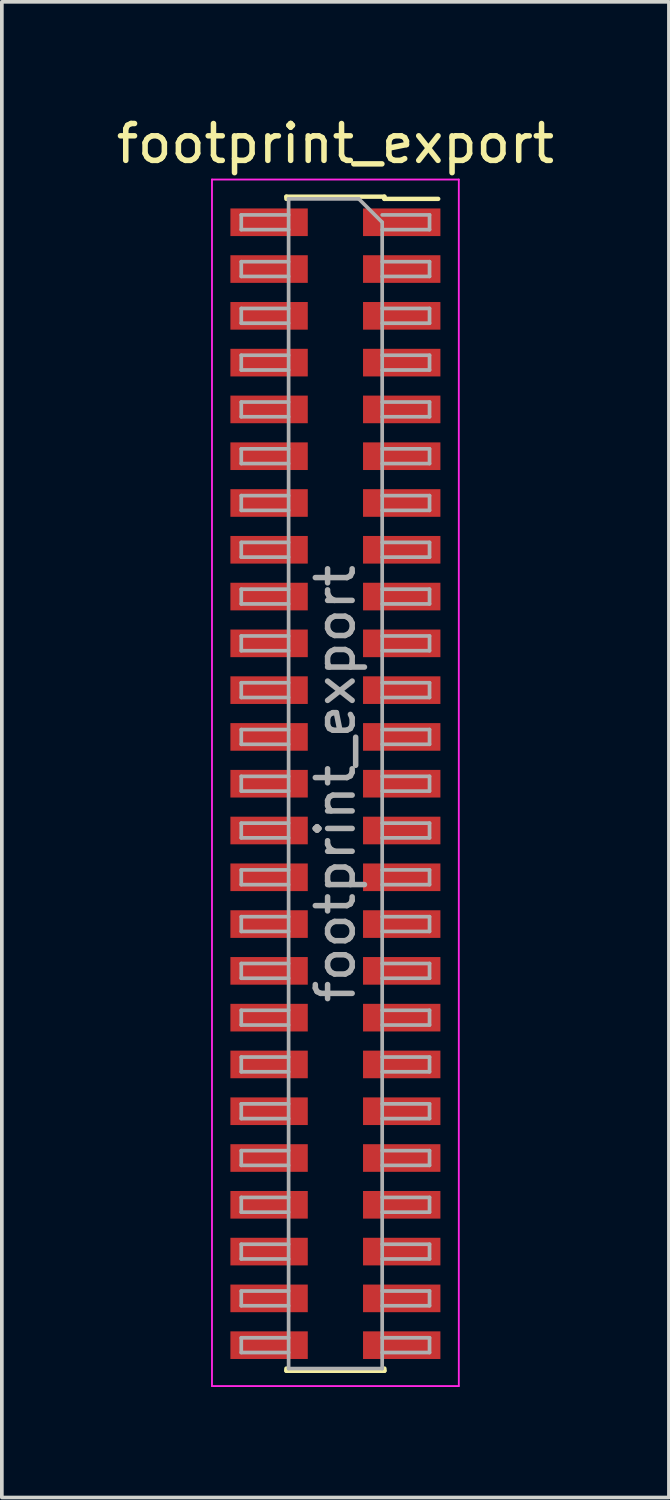
<source format=kicad_pcb>
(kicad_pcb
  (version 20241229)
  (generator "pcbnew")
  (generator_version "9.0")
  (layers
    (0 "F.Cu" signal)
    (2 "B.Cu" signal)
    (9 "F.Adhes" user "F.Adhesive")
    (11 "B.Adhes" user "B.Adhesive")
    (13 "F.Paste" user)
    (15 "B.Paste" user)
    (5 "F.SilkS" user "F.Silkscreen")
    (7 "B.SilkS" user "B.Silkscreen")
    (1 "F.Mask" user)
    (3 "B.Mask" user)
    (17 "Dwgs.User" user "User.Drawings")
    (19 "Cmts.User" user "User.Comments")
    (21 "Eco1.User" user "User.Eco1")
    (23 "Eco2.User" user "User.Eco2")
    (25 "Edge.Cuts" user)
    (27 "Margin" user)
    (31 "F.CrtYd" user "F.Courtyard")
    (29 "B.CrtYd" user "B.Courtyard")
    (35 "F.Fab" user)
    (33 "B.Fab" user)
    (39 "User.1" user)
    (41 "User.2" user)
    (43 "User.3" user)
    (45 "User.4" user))
  (footprint "footprint_export"
    (layer "F.Cu")
    (at 6.054 18.223)
    (property "Reference" "footprint_export" (at 0 -17.375 0) (layer "F.SilkS") (effects (font (size 1 1) (thickness 0.15))))
    (attr smd)
    (fp_line (start -1.33 -15.935) (end -1.33 -15.875) (stroke (width 0.12) (type solid)) (layer "F.SilkS"))
    (fp_line (start -1.33 -15.935) (end 1.33 -15.935) (stroke (width 0.12) (type solid)) (layer "F.SilkS"))
    (fp_line (start -1.33 15.875) (end -1.33 15.935) (stroke (width 0.12) (type solid)) (layer "F.SilkS"))
    (fp_line (start -1.33 15.935) (end 1.33 15.935) (stroke (width 0.12) (type solid)) (layer "F.SilkS"))
    (fp_line (start 1.33 -15.935) (end 1.33 -15.875) (stroke (width 0.12) (type solid)) (layer "F.SilkS"))
    (fp_line (start 1.33 -15.875) (end 2.79 -15.875) (stroke (width 0.12) (type solid)) (layer "F.SilkS"))
    (fp_line (start 1.33 15.875) (end 1.33 15.935) (stroke (width 0.12) (type solid)) (layer "F.SilkS"))
    (fp_line (start -3.35 -16.4) (end 3.35 -16.4) (stroke (width 0.05) (type solid)) (layer "F.CrtYd"))
    (fp_line (start -3.35 16.35) (end -3.35 -16.4) (stroke (width 0.05) (type solid)) (layer "F.CrtYd"))
    (fp_line (start 3.35 -16.4) (end 3.35 16.35) (stroke (width 0.05) (type solid)) (layer "F.CrtYd"))
    (fp_line (start 3.35 16.35) (end -3.35 16.35) (stroke (width 0.05) (type solid)) (layer "F.CrtYd"))
    (fp_line (start -2.555 -15.44) (end -1.27 -15.44) (stroke (width 0.1) (type solid)) (layer "F.Fab"))
    (fp_line (start -2.555 -15.04) (end -2.555 -15.44) (stroke (width 0.1) (type solid)) (layer "F.Fab"))
    (fp_line (start -2.555 -14.17) (end -1.27 -14.17) (stroke (width 0.1) (type solid)) (layer "F.Fab"))
    (fp_line (start -2.555 -13.77) (end -2.555 -14.17) (stroke (width 0.1) (type solid)) (layer "F.Fab"))
    (fp_line (start -2.555 -12.9) (end -1.27 -12.9) (stroke (width 0.1) (type solid)) (layer "F.Fab"))
    (fp_line (start -2.555 -12.5) (end -2.555 -12.9) (stroke (width 0.1) (type solid)) (layer "F.Fab"))
    (fp_line (start -2.555 -11.63) (end -1.27 -11.63) (stroke (width 0.1) (type solid)) (layer "F.Fab"))
    (fp_line (start -2.555 -11.23) (end -2.555 -11.63) (stroke (width 0.1) (type solid)) (layer "F.Fab"))
    (fp_line (start -2.555 -10.36) (end -1.27 -10.36) (stroke (width 0.1) (type solid)) (layer "F.Fab"))
    (fp_line (start -2.555 -9.96) (end -2.555 -10.36) (stroke (width 0.1) (type solid)) (layer "F.Fab"))
    (fp_line (start -2.555 -9.09) (end -1.27 -9.09) (stroke (width 0.1) (type solid)) (layer "F.Fab"))
    (fp_line (start -2.555 -8.69) (end -2.555 -9.09) (stroke (width 0.1) (type solid)) (layer "F.Fab"))
    (fp_line (start -2.555 -7.82) (end -1.27 -7.82) (stroke (width 0.1) (type solid)) (layer "F.Fab"))
    (fp_line (start -2.555 -7.42) (end -2.555 -7.82) (stroke (width 0.1) (type solid)) (layer "F.Fab"))
    (fp_line (start -2.555 -6.55) (end -1.27 -6.55) (stroke (width 0.1) (type solid)) (layer "F.Fab"))
    (fp_line (start -2.555 -6.15) (end -2.555 -6.55) (stroke (width 0.1) (type solid)) (layer "F.Fab"))
    (fp_line (start -2.555 -5.28) (end -1.27 -5.28) (stroke (width 0.1) (type solid)) (layer "F.Fab"))
    (fp_line (start -2.555 -4.88) (end -2.555 -5.28) (stroke (width 0.1) (type solid)) (layer "F.Fab"))
    (fp_line (start -2.555 -4.01) (end -1.27 -4.01) (stroke (width 0.1) (type solid)) (layer "F.Fab"))
    (fp_line (start -2.555 -3.61) (end -2.555 -4.01) (stroke (width 0.1) (type solid)) (layer "F.Fab"))
    (fp_line (start -2.555 -2.74) (end -1.27 -2.74) (stroke (width 0.1) (type solid)) (layer "F.Fab"))
    (fp_line (start -2.555 -2.34) (end -2.555 -2.74) (stroke (width 0.1) (type solid)) (layer "F.Fab"))
    (fp_line (start -2.555 -1.47) (end -1.27 -1.47) (stroke (width 0.1) (type solid)) (layer "F.Fab"))
    (fp_line (start -2.555 -1.07) (end -2.555 -1.47) (stroke (width 0.1) (type solid)) (layer "F.Fab"))
    (fp_line (start -2.555 -0.2) (end -1.27 -0.2) (stroke (width 0.1) (type solid)) (layer "F.Fab"))
    (fp_line (start -2.555 0.2) (end -2.555 -0.2) (stroke (width 0.1) (type solid)) (layer "F.Fab"))
    (fp_line (start -2.555 1.07) (end -1.27 1.07) (stroke (width 0.1) (type solid)) (layer "F.Fab"))
    (fp_line (start -2.555 1.47) (end -2.555 1.07) (stroke (width 0.1) (type solid)) (layer "F.Fab"))
    (fp_line (start -2.555 2.34) (end -1.27 2.34) (stroke (width 0.1) (type solid)) (layer "F.Fab"))
    (fp_line (start -2.555 2.74) (end -2.555 2.34) (stroke (width 0.1) (type solid)) (layer "F.Fab"))
    (fp_line (start -2.555 3.61) (end -1.27 3.61) (stroke (width 0.1) (type solid)) (layer "F.Fab"))
    (fp_line (start -2.555 4.01) (end -2.555 3.61) (stroke (width 0.1) (type solid)) (layer "F.Fab"))
    (fp_line (start -2.555 4.88) (end -1.27 4.88) (stroke (width 0.1) (type solid)) (layer "F.Fab"))
    (fp_line (start -2.555 5.28) (end -2.555 4.88) (stroke (width 0.1) (type solid)) (layer "F.Fab"))
    (fp_line (start -2.555 6.15) (end -1.27 6.15) (stroke (width 0.1) (type solid)) (layer "F.Fab"))
    (fp_line (start -2.555 6.55) (end -2.555 6.15) (stroke (width 0.1) (type solid)) (layer "F.Fab"))
    (fp_line (start -2.555 7.42) (end -1.27 7.42) (stroke (width 0.1) (type solid)) (layer "F.Fab"))
    (fp_line (start -2.555 7.82) (end -2.555 7.42) (stroke (width 0.1) (type solid)) (layer "F.Fab"))
    (fp_line (start -2.555 8.69) (end -1.27 8.69) (stroke (width 0.1) (type solid)) (layer "F.Fab"))
    (fp_line (start -2.555 9.09) (end -2.555 8.69) (stroke (width 0.1) (type solid)) (layer "F.Fab"))
    (fp_line (start -2.555 9.96) (end -1.27 9.96) (stroke (width 0.1) (type solid)) (layer "F.Fab"))
    (fp_line (start -2.555 10.36) (end -2.555 9.96) (stroke (width 0.1) (type solid)) (layer "F.Fab"))
    (fp_line (start -2.555 11.23) (end -1.27 11.23) (stroke (width 0.1) (type solid)) (layer "F.Fab"))
    (fp_line (start -2.555 11.63) (end -2.555 11.23) (stroke (width 0.1) (type solid)) (layer "F.Fab"))
    (fp_line (start -2.555 12.5) (end -1.27 12.5) (stroke (width 0.1) (type solid)) (layer "F.Fab"))
    (fp_line (start -2.555 12.9) (end -2.555 12.5) (stroke (width 0.1) (type solid)) (layer "F.Fab"))
    (fp_line (start -2.555 13.77) (end -1.27 13.77) (stroke (width 0.1) (type solid)) (layer "F.Fab"))
    (fp_line (start -2.555 14.17) (end -2.555 13.77) (stroke (width 0.1) (type solid)) (layer "F.Fab"))
    (fp_line (start -2.555 15.04) (end -1.27 15.04) (stroke (width 0.1) (type solid)) (layer "F.Fab"))
    (fp_line (start -2.555 15.44) (end -2.555 15.04) (stroke (width 0.1) (type solid)) (layer "F.Fab"))
    (fp_line (start -1.27 -15.875) (end 0.635 -15.875) (stroke (width 0.1) (type solid)) (layer "F.Fab"))
    (fp_line (start -1.27 -15.04) (end -2.555 -15.04) (stroke (width 0.1) (type solid)) (layer "F.Fab"))
    (fp_line (start -1.27 -13.77) (end -2.555 -13.77) (stroke (width 0.1) (type solid)) (layer "F.Fab"))
    (fp_line (start -1.27 -12.5) (end -2.555 -12.5) (stroke (width 0.1) (type solid)) (layer "F.Fab"))
    (fp_line (start -1.27 -11.23) (end -2.555 -11.23) (stroke (width 0.1) (type solid)) (layer "F.Fab"))
    (fp_line (start -1.27 -9.96) (end -2.555 -9.96) (stroke (width 0.1) (type solid)) (layer "F.Fab"))
    (fp_line (start -1.27 -8.69) (end -2.555 -8.69) (stroke (width 0.1) (type solid)) (layer "F.Fab"))
    (fp_line (start -1.27 -7.42) (end -2.555 -7.42) (stroke (width 0.1) (type solid)) (layer "F.Fab"))
    (fp_line (start -1.27 -6.15) (end -2.555 -6.15) (stroke (width 0.1) (type solid)) (layer "F.Fab"))
    (fp_line (start -1.27 -4.88) (end -2.555 -4.88) (stroke (width 0.1) (type solid)) (layer "F.Fab"))
    (fp_line (start -1.27 -3.61) (end -2.555 -3.61) (stroke (width 0.1) (type solid)) (layer "F.Fab"))
    (fp_line (start -1.27 -2.34) (end -2.555 -2.34) (stroke (width 0.1) (type solid)) (layer "F.Fab"))
    (fp_line (start -1.27 -1.07) (end -2.555 -1.07) (stroke (width 0.1) (type solid)) (layer "F.Fab"))
    (fp_line (start -1.27 0.2) (end -2.555 0.2) (stroke (width 0.1) (type solid)) (layer "F.Fab"))
    (fp_line (start -1.27 1.47) (end -2.555 1.47) (stroke (width 0.1) (type solid)) (layer "F.Fab"))
    (fp_line (start -1.27 2.74) (end -2.555 2.74) (stroke (width 0.1) (type solid)) (layer "F.Fab"))
    (fp_line (start -1.27 4.01) (end -2.555 4.01) (stroke (width 0.1) (type solid)) (layer "F.Fab"))
    (fp_line (start -1.27 5.28) (end -2.555 5.28) (stroke (width 0.1) (type solid)) (layer "F.Fab"))
    (fp_line (start -1.27 6.55) (end -2.555 6.55) (stroke (width 0.1) (type solid)) (layer "F.Fab"))
    (fp_line (start -1.27 7.82) (end -2.555 7.82) (stroke (width 0.1) (type solid)) (layer "F.Fab"))
    (fp_line (start -1.27 9.09) (end -2.555 9.09) (stroke (width 0.1) (type solid)) (layer "F.Fab"))
    (fp_line (start -1.27 10.36) (end -2.555 10.36) (stroke (width 0.1) (type solid)) (layer "F.Fab"))
    (fp_line (start -1.27 11.63) (end -2.555 11.63) (stroke (width 0.1) (type solid)) (layer "F.Fab"))
    (fp_line (start -1.27 12.9) (end -2.555 12.9) (stroke (width 0.1) (type solid)) (layer "F.Fab"))
    (fp_line (start -1.27 14.17) (end -2.555 14.17) (stroke (width 0.1) (type solid)) (layer "F.Fab"))
    (fp_line (start -1.27 15.44) (end -2.555 15.44) (stroke (width 0.1) (type solid)) (layer "F.Fab"))
    (fp_line (start -1.27 15.875) (end -1.27 -15.875) (stroke (width 0.1) (type solid)) (layer "F.Fab"))
    (fp_line (start 0.635 -15.875) (end 1.27 -15.24) (stroke (width 0.1) (type solid)) (layer "F.Fab"))
    (fp_line (start 1.27 -15.44) (end 2.555 -15.44) (stroke (width 0.1) (type solid)) (layer "F.Fab"))
    (fp_line (start 1.27 -15.24) (end 1.27 15.875) (stroke (width 0.1) (type solid)) (layer "F.Fab"))
    (fp_line (start 1.27 -14.17) (end 2.555 -14.17) (stroke (width 0.1) (type solid)) (layer "F.Fab"))
    (fp_line (start 1.27 -12.9) (end 2.555 -12.9) (stroke (width 0.1) (type solid)) (layer "F.Fab"))
    (fp_line (start 1.27 -11.63) (end 2.555 -11.63) (stroke (width 0.1) (type solid)) (layer "F.Fab"))
    (fp_line (start 1.27 -10.36) (end 2.555 -10.36) (stroke (width 0.1) (type solid)) (layer "F.Fab"))
    (fp_line (start 1.27 -9.09) (end 2.555 -9.09) (stroke (width 0.1) (type solid)) (layer "F.Fab"))
    (fp_line (start 1.27 -7.82) (end 2.555 -7.82) (stroke (width 0.1) (type solid)) (layer "F.Fab"))
    (fp_line (start 1.27 -6.55) (end 2.555 -6.55) (stroke (width 0.1) (type solid)) (layer "F.Fab"))
    (fp_line (start 1.27 -5.28) (end 2.555 -5.28) (stroke (width 0.1) (type solid)) (layer "F.Fab"))
    (fp_line (start 1.27 -4.01) (end 2.555 -4.01) (stroke (width 0.1) (type solid)) (layer "F.Fab"))
    (fp_line (start 1.27 -2.74) (end 2.555 -2.74) (stroke (width 0.1) (type solid)) (layer "F.Fab"))
    (fp_line (start 1.27 -1.47) (end 2.555 -1.47) (stroke (width 0.1) (type solid)) (layer "F.Fab"))
    (fp_line (start 1.27 -0.2) (end 2.555 -0.2) (stroke (width 0.1) (type solid)) (layer "F.Fab"))
    (fp_line (start 1.27 1.07) (end 2.555 1.07) (stroke (width 0.1) (type solid)) (layer "F.Fab"))
    (fp_line (start 1.27 2.34) (end 2.555 2.34) (stroke (width 0.1) (type solid)) (layer "F.Fab"))
    (fp_line (start 1.27 3.61) (end 2.555 3.61) (stroke (width 0.1) (type solid)) (layer "F.Fab"))
    (fp_line (start 1.27 4.88) (end 2.555 4.88) (stroke (width 0.1) (type solid)) (layer "F.Fab"))
    (fp_line (start 1.27 6.15) (end 2.555 6.15) (stroke (width 0.1) (type solid)) (layer "F.Fab"))
    (fp_line (start 1.27 7.42) (end 2.555 7.42) (stroke (width 0.1) (type solid)) (layer "F.Fab"))
    (fp_line (start 1.27 8.69) (end 2.555 8.69) (stroke (width 0.1) (type solid)) (layer "F.Fab"))
    (fp_line (start 1.27 9.96) (end 2.555 9.96) (stroke (width 0.1) (type solid)) (layer "F.Fab"))
    (fp_line (start 1.27 11.23) (end 2.555 11.23) (stroke (width 0.1) (type solid)) (layer "F.Fab"))
    (fp_line (start 1.27 12.5) (end 2.555 12.5) (stroke (width 0.1) (type solid)) (layer "F.Fab"))
    (fp_line (start 1.27 13.77) (end 2.555 13.77) (stroke (width 0.1) (type solid)) (layer "F.Fab"))
    (fp_line (start 1.27 15.04) (end 2.555 15.04) (stroke (width 0.1) (type solid)) (layer "F.Fab"))
    (fp_line (start 1.27 15.875) (end -1.27 15.875) (stroke (width 0.1) (type solid)) (layer "F.Fab"))
    (fp_line (start 2.555 -15.44) (end 2.555 -15.04) (stroke (width 0.1) (type solid)) (layer "F.Fab"))
    (fp_line (start 2.555 -15.04) (end 1.27 -15.04) (stroke (width 0.1) (type solid)) (layer "F.Fab"))
    (fp_line (start 2.555 -14.17) (end 2.555 -13.77) (stroke (width 0.1) (type solid)) (layer "F.Fab"))
    (fp_line (start 2.555 -13.77) (end 1.27 -13.77) (stroke (width 0.1) (type solid)) (layer "F.Fab"))
    (fp_line (start 2.555 -12.9) (end 2.555 -12.5) (stroke (width 0.1) (type solid)) (layer "F.Fab"))
    (fp_line (start 2.555 -12.5) (end 1.27 -12.5) (stroke (width 0.1) (type solid)) (layer "F.Fab"))
    (fp_line (start 2.555 -11.63) (end 2.555 -11.23) (stroke (width 0.1) (type solid)) (layer "F.Fab"))
    (fp_line (start 2.555 -11.23) (end 1.27 -11.23) (stroke (width 0.1) (type solid)) (layer "F.Fab"))
    (fp_line (start 2.555 -10.36) (end 2.555 -9.96) (stroke (width 0.1) (type solid)) (layer "F.Fab"))
    (fp_line (start 2.555 -9.96) (end 1.27 -9.96) (stroke (width 0.1) (type solid)) (layer "F.Fab"))
    (fp_line (start 2.555 -9.09) (end 2.555 -8.69) (stroke (width 0.1) (type solid)) (layer "F.Fab"))
    (fp_line (start 2.555 -8.69) (end 1.27 -8.69) (stroke (width 0.1) (type solid)) (layer "F.Fab"))
    (fp_line (start 2.555 -7.82) (end 2.555 -7.42) (stroke (width 0.1) (type solid)) (layer "F.Fab"))
    (fp_line (start 2.555 -7.42) (end 1.27 -7.42) (stroke (width 0.1) (type solid)) (layer "F.Fab"))
    (fp_line (start 2.555 -6.55) (end 2.555 -6.15) (stroke (width 0.1) (type solid)) (layer "F.Fab"))
    (fp_line (start 2.555 -6.15) (end 1.27 -6.15) (stroke (width 0.1) (type solid)) (layer "F.Fab"))
    (fp_line (start 2.555 -5.28) (end 2.555 -4.88) (stroke (width 0.1) (type solid)) (layer "F.Fab"))
    (fp_line (start 2.555 -4.88) (end 1.27 -4.88) (stroke (width 0.1) (type solid)) (layer "F.Fab"))
    (fp_line (start 2.555 -4.01) (end 2.555 -3.61) (stroke (width 0.1) (type solid)) (layer "F.Fab"))
    (fp_line (start 2.555 -3.61) (end 1.27 -3.61) (stroke (width 0.1) (type solid)) (layer "F.Fab"))
    (fp_line (start 2.555 -2.74) (end 2.555 -2.34) (stroke (width 0.1) (type solid)) (layer "F.Fab"))
    (fp_line (start 2.555 -2.34) (end 1.27 -2.34) (stroke (width 0.1) (type solid)) (layer "F.Fab"))
    (fp_line (start 2.555 -1.47) (end 2.555 -1.07) (stroke (width 0.1) (type solid)) (layer "F.Fab"))
    (fp_line (start 2.555 -1.07) (end 1.27 -1.07) (stroke (width 0.1) (type solid)) (layer "F.Fab"))
    (fp_line (start 2.555 -0.2) (end 2.555 0.2) (stroke (width 0.1) (type solid)) (layer "F.Fab"))
    (fp_line (start 2.555 0.2) (end 1.27 0.2) (stroke (width 0.1) (type solid)) (layer "F.Fab"))
    (fp_line (start 2.555 1.07) (end 2.555 1.47) (stroke (width 0.1) (type solid)) (layer "F.Fab"))
    (fp_line (start 2.555 1.47) (end 1.27 1.47) (stroke (width 0.1) (type solid)) (layer "F.Fab"))
    (fp_line (start 2.555 2.34) (end 2.555 2.74) (stroke (width 0.1) (type solid)) (layer "F.Fab"))
    (fp_line (start 2.555 2.74) (end 1.27 2.74) (stroke (width 0.1) (type solid)) (layer "F.Fab"))
    (fp_line (start 2.555 3.61) (end 2.555 4.01) (stroke (width 0.1) (type solid)) (layer "F.Fab"))
    (fp_line (start 2.555 4.01) (end 1.27 4.01) (stroke (width 0.1) (type solid)) (layer "F.Fab"))
    (fp_line (start 2.555 4.88) (end 2.555 5.28) (stroke (width 0.1) (type solid)) (layer "F.Fab"))
    (fp_line (start 2.555 5.28) (end 1.27 5.28) (stroke (width 0.1) (type solid)) (layer "F.Fab"))
    (fp_line (start 2.555 6.15) (end 2.555 6.55) (stroke (width 0.1) (type solid)) (layer "F.Fab"))
    (fp_line (start 2.555 6.55) (end 1.27 6.55) (stroke (width 0.1) (type solid)) (layer "F.Fab"))
    (fp_line (start 2.555 7.42) (end 2.555 7.82) (stroke (width 0.1) (type solid)) (layer "F.Fab"))
    (fp_line (start 2.555 7.82) (end 1.27 7.82) (stroke (width 0.1) (type solid)) (layer "F.Fab"))
    (fp_line (start 2.555 8.69) (end 2.555 9.09) (stroke (width 0.1) (type solid)) (layer "F.Fab"))
    (fp_line (start 2.555 9.09) (end 1.27 9.09) (stroke (width 0.1) (type solid)) (layer "F.Fab"))
    (fp_line (start 2.555 9.96) (end 2.555 10.36) (stroke (width 0.1) (type solid)) (layer "F.Fab"))
    (fp_line (start 2.555 10.36) (end 1.27 10.36) (stroke (width 0.1) (type solid)) (layer "F.Fab"))
    (fp_line (start 2.555 11.23) (end 2.555 11.63) (stroke (width 0.1) (type solid)) (layer "F.Fab"))
    (fp_line (start 2.555 11.63) (end 1.27 11.63) (stroke (width 0.1) (type solid)) (layer "F.Fab"))
    (fp_line (start 2.555 12.5) (end 2.555 12.9) (stroke (width 0.1) (type solid)) (layer "F.Fab"))
    (fp_line (start 2.555 12.9) (end 1.27 12.9) (stroke (width 0.1) (type solid)) (layer "F.Fab"))
    (fp_line (start 2.555 13.77) (end 2.555 14.17) (stroke (width 0.1) (type solid)) (layer "F.Fab"))
    (fp_line (start 2.555 14.17) (end 1.27 14.17) (stroke (width 0.1) (type solid)) (layer "F.Fab"))
    (fp_line (start 2.555 15.04) (end 2.555 15.44) (stroke (width 0.1) (type solid)) (layer "F.Fab"))
    (fp_line (start 2.555 15.44) (end 1.27 15.44) (stroke (width 0.1) (type solid)) (layer "F.Fab"))
    (fp_text user "${REFERENCE}" (at 0 0 90) (layer "F.Fab") (effects (font (size 1 1) (thickness 0.15))))
    (pad "1" smd rect (at 1.8 -15.24) (size 2.1 0.75) (layers "F.Cu" "F.Mask" "F.Paste"))
    (pad "2" smd rect (at -1.8 -15.24) (size 2.1 0.75) (layers "F.Cu" "F.Mask" "F.Paste"))
    (pad "3" smd rect (at 1.8 -13.97) (size 2.1 0.75) (layers "F.Cu" "F.Mask" "F.Paste"))
    (pad "4" smd rect (at -1.8 -13.97) (size 2.1 0.75) (layers "F.Cu" "F.Mask" "F.Paste"))
    (pad "5" smd rect (at 1.8 -12.7) (size 2.1 0.75) (layers "F.Cu" "F.Mask" "F.Paste"))
    (pad "6" smd rect (at -1.8 -12.7) (size 2.1 0.75) (layers "F.Cu" "F.Mask" "F.Paste"))
    (pad "7" smd rect (at 1.8 -11.43) (size 2.1 0.75) (layers "F.Cu" "F.Mask" "F.Paste"))
    (pad "8" smd rect (at -1.8 -11.43) (size 2.1 0.75) (layers "F.Cu" "F.Mask" "F.Paste"))
    (pad "9" smd rect (at 1.8 -10.16) (size 2.1 0.75) (layers "F.Cu" "F.Mask" "F.Paste"))
    (pad "10" smd rect (at -1.8 -10.16) (size 2.1 0.75) (layers "F.Cu" "F.Mask" "F.Paste"))
    (pad "11" smd rect (at 1.8 -8.89) (size 2.1 0.75) (layers "F.Cu" "F.Mask" "F.Paste"))
    (pad "12" smd rect (at -1.8 -8.89) (size 2.1 0.75) (layers "F.Cu" "F.Mask" "F.Paste"))
    (pad "13" smd rect (at 1.8 -7.62) (size 2.1 0.75) (layers "F.Cu" "F.Mask" "F.Paste"))
    (pad "14" smd rect (at -1.8 -7.62) (size 2.1 0.75) (layers "F.Cu" "F.Mask" "F.Paste"))
    (pad "15" smd rect (at 1.8 -6.35) (size 2.1 0.75) (layers "F.Cu" "F.Mask" "F.Paste"))
    (pad "16" smd rect (at -1.8 -6.35) (size 2.1 0.75) (layers "F.Cu" "F.Mask" "F.Paste"))
    (pad "17" smd rect (at 1.8 -5.08) (size 2.1 0.75) (layers "F.Cu" "F.Mask" "F.Paste"))
    (pad "18" smd rect (at -1.8 -5.08) (size 2.1 0.75) (layers "F.Cu" "F.Mask" "F.Paste"))
    (pad "19" smd rect (at 1.8 -3.81) (size 2.1 0.75) (layers "F.Cu" "F.Mask" "F.Paste"))
    (pad "20" smd rect (at -1.8 -3.81) (size 2.1 0.75) (layers "F.Cu" "F.Mask" "F.Paste"))
    (pad "21" smd rect (at 1.8 -2.54) (size 2.1 0.75) (layers "F.Cu" "F.Mask" "F.Paste"))
    (pad "22" smd rect (at -1.8 -2.54) (size 2.1 0.75) (layers "F.Cu" "F.Mask" "F.Paste"))
    (pad "23" smd rect (at 1.8 -1.27) (size 2.1 0.75) (layers "F.Cu" "F.Mask" "F.Paste"))
    (pad "24" smd rect (at -1.8 -1.27) (size 2.1 0.75) (layers "F.Cu" "F.Mask" "F.Paste"))
    (pad "25" smd rect (at 1.8 0) (size 2.1 0.75) (layers "F.Cu" "F.Mask" "F.Paste"))
    (pad "26" smd rect (at -1.8 0) (size 2.1 0.75) (layers "F.Cu" "F.Mask" "F.Paste"))
    (pad "27" smd rect (at 1.8 1.27) (size 2.1 0.75) (layers "F.Cu" "F.Mask" "F.Paste"))
    (pad "28" smd rect (at -1.8 1.27) (size 2.1 0.75) (layers "F.Cu" "F.Mask" "F.Paste"))
    (pad "29" smd rect (at 1.8 2.54) (size 2.1 0.75) (layers "F.Cu" "F.Mask" "F.Paste"))
    (pad "30" smd rect (at -1.8 2.54) (size 2.1 0.75) (layers "F.Cu" "F.Mask" "F.Paste"))
    (pad "31" smd rect (at 1.8 3.81) (size 2.1 0.75) (layers "F.Cu" "F.Mask" "F.Paste"))
    (pad "32" smd rect (at -1.8 3.81) (size 2.1 0.75) (layers "F.Cu" "F.Mask" "F.Paste"))
    (pad "33" smd rect (at 1.8 5.08) (size 2.1 0.75) (layers "F.Cu" "F.Mask" "F.Paste"))
    (pad "34" smd rect (at -1.8 5.08) (size 2.1 0.75) (layers "F.Cu" "F.Mask" "F.Paste"))
    (pad "35" smd rect (at 1.8 6.35) (size 2.1 0.75) (layers "F.Cu" "F.Mask" "F.Paste"))
    (pad "36" smd rect (at -1.8 6.35) (size 2.1 0.75) (layers "F.Cu" "F.Mask" "F.Paste"))
    (pad "37" smd rect (at 1.8 7.62) (size 2.1 0.75) (layers "F.Cu" "F.Mask" "F.Paste"))
    (pad "38" smd rect (at -1.8 7.62) (size 2.1 0.75) (layers "F.Cu" "F.Mask" "F.Paste"))
    (pad "39" smd rect (at 1.8 8.89) (size 2.1 0.75) (layers "F.Cu" "F.Mask" "F.Paste"))
    (pad "40" smd rect (at -1.8 8.89) (size 2.1 0.75) (layers "F.Cu" "F.Mask" "F.Paste"))
    (pad "41" smd rect (at 1.8 10.16) (size 2.1 0.75) (layers "F.Cu" "F.Mask" "F.Paste"))
    (pad "42" smd rect (at -1.8 10.16) (size 2.1 0.75) (layers "F.Cu" "F.Mask" "F.Paste"))
    (pad "43" smd rect (at 1.8 11.43) (size 2.1 0.75) (layers "F.Cu" "F.Mask" "F.Paste"))
    (pad "44" smd rect (at -1.8 11.43) (size 2.1 0.75) (layers "F.Cu" "F.Mask" "F.Paste"))
    (pad "45" smd rect (at 1.8 12.7) (size 2.1 0.75) (layers "F.Cu" "F.Mask" "F.Paste"))
    (pad "46" smd rect (at -1.8 12.7) (size 2.1 0.75) (layers "F.Cu" "F.Mask" "F.Paste"))
    (pad "47" smd rect (at 1.8 13.97) (size 2.1 0.75) (layers "F.Cu" "F.Mask" "F.Paste"))
    (pad "48" smd rect (at -1.8 13.97) (size 2.1 0.75) (layers "F.Cu" "F.Mask" "F.Paste"))
    (pad "49" smd rect (at 1.8 15.24) (size 2.1 0.75) (layers "F.Cu" "F.Mask" "F.Paste"))
    (pad "50" smd rect (at -1.8 15.24) (size 2.1 0.75) (layers "F.Cu" "F.Mask" "F.Paste")))
  (gr_rect
    (start -3 -3)
    (end 15.107 37.598)
    (stroke (width 0.1) (type default))
    (fill no)
    (layer "Edge.Cuts")))
</source>
